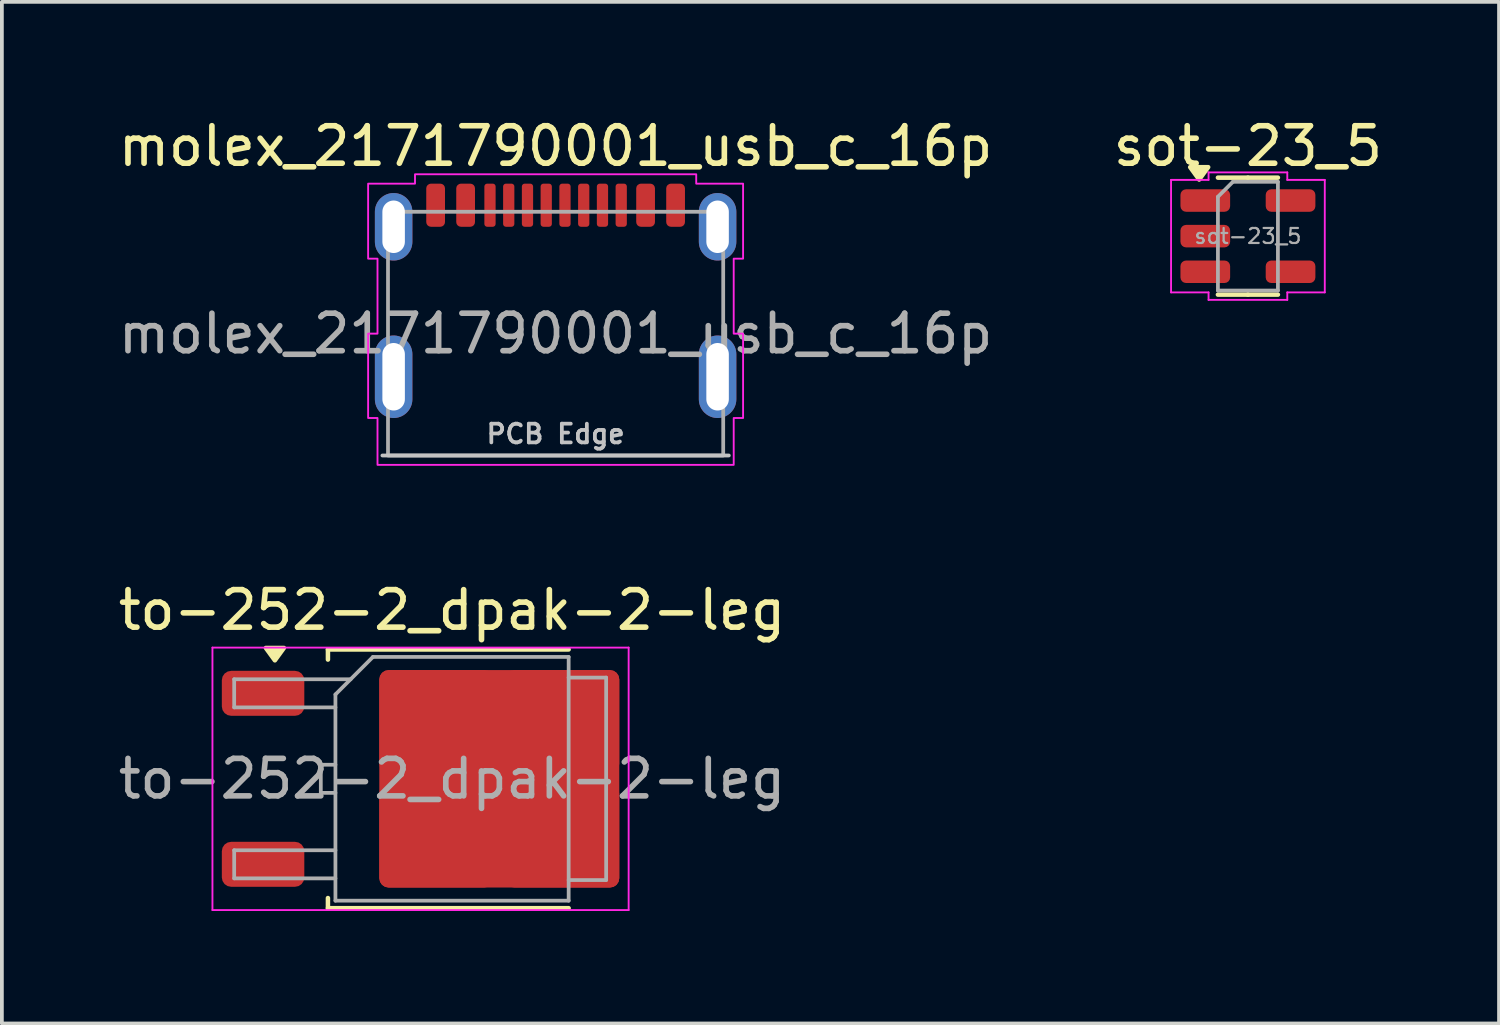
<source format=kicad_pcb>
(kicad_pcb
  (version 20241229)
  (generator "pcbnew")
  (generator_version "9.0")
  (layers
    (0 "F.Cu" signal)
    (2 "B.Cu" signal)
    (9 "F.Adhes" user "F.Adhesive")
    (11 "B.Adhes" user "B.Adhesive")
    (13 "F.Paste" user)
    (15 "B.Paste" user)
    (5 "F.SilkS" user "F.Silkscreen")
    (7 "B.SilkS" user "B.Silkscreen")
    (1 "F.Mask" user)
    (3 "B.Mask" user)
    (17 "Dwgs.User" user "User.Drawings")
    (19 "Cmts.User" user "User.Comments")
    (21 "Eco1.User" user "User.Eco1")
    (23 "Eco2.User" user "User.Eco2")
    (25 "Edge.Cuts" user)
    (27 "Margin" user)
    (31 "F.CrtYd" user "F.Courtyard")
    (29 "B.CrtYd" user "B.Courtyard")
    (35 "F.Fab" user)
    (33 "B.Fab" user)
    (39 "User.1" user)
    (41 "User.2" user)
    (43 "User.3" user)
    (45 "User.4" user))
  (footprint "molex_2171790001_usb_c_16p"
    (layer "F.Cu")
    (at 11.768 5.848)
    (property "Reference" "molex_2171790001_usb_c_16p" (at 0 -5 0) (unlocked yes) (layer "F.SilkS") (effects (font (size 1 1) (thickness 0.15))))
    (attr smd)
    (fp_line (start 4.62 3.25) (end -4.62 3.25) (stroke (width 0.1) (type solid)) (layer "Dwgs.User"))
    (fp_poly (pts (xy -3.75 -4) (xy -5 -4) (xy -5 -2) (xy -4.75 -2) (xy -4.75 0) (xy -5 0) (xy -5 2.25) (xy -4.75 2.25) (xy -4.75 3.5) (xy 4.75 3.5) (xy 4.75 2.25) (xy 5 2.25) (xy 5 0) (xy 4.75 0) (xy 4.75 -2) (xy 5 -2) (xy 5 -4) (xy 3.75 -4) (xy 3.75 -4.25) (xy -3.75 -4.25)) (stroke (width 0.05) (type solid)) (fill no) (layer "F.CrtYd"))
    (fp_rect (start -4.47 -3.25) (end 4.47 3.25) (stroke (width 0.1) (type solid)) (fill no) (layer "F.Fab"))
    (fp_text user "PCB Edge" (at 0 2.675 0) (unlocked yes) (layer "Dwgs.User") (effects (font (size 0.5 0.5) (thickness 0.1))))
    (fp_text user "${REFERENCE}" (at 0 0 0) (unlocked yes) (layer "F.Fab") (effects (font (size 1 1) (thickness 0.15))))
    (pad "A1/B12" smd roundrect (at -3.2 -3.425) (size 0.5 1.15) (layers "F.Cu" "F.Mask" "F.Paste") (roundrect_rratio 0.25))
    (pad "A4/B9" smd roundrect (at -2.4 -3.425) (size 0.5 1.15) (layers "F.Cu" "F.Mask" "F.Paste") (roundrect_rratio 0.25))
    (pad "A5" smd roundrect (at -1.25 -3.425) (size 0.3 1.15) (layers "F.Cu" "F.Mask" "F.Paste") (roundrect_rratio 0.25))
    (pad "A6" smd roundrect (at -0.25 -3.425) (size 0.3 1.15) (layers "F.Cu" "F.Mask" "F.Paste") (roundrect_rratio 0.25))
    (pad "A7" smd roundrect (at 0.25 -3.425) (size 0.3 1.15) (layers "F.Cu" "F.Mask" "F.Paste") (roundrect_rratio 0.25))
    (pad "A8" smd roundrect (at 1.25 -3.425) (size 0.3 1.15) (layers "F.Cu" "F.Mask" "F.Paste") (roundrect_rratio 0.25))
    (pad "B1/A12" smd roundrect (at 3.2 -3.425) (size 0.5 1.15) (layers "F.Cu" "F.Mask" "F.Paste") (roundrect_rratio 0.25))
    (pad "B4/A9" smd roundrect (at 2.4 -3.425) (size 0.5 1.15) (layers "F.Cu" "F.Mask" "F.Paste") (roundrect_rratio 0.25))
    (pad "B5" smd roundrect (at 1.75 -3.425) (size 0.3 1.15) (layers "F.Cu" "F.Mask" "F.Paste") (roundrect_rratio 0.25))
    (pad "B6" smd roundrect (at 0.75 -3.425) (size 0.3 1.15) (layers "F.Cu" "F.Mask" "F.Paste") (roundrect_rratio 0.25))
    (pad "B7" smd roundrect (at -0.75 -3.425) (size 0.3 1.15) (layers "F.Cu" "F.Mask" "F.Paste") (roundrect_rratio 0.25))
    (pad "B8" smd roundrect (at -1.75 -3.425) (size 0.3 1.15) (layers "F.Cu" "F.Mask" "F.Paste") (roundrect_rratio 0.25))
    (pad "S1" thru_hole oval (at -4.32 -2.85) (size 1 1.8) (drill oval 0.6 1.4) (layers "*.Cu" "*.Mask" "F.Paste"))
    (pad "S1" thru_hole oval (at -4.32 1.15) (size 1 2.2) (drill oval 0.6 1.8) (layers "*.Cu" "*.Mask" "F.Paste"))
    (pad "S1" thru_hole oval (at 4.32 -2.85) (size 1 1.8) (drill oval 0.6 1.4) (layers "*.Cu" "*.Mask" "F.Paste"))
    (pad "S1" thru_hole oval (at 4.32 1.15) (size 1 2.2) (drill oval 0.6 1.8) (layers "*.Cu" "*.Mask" "F.Paste")))
  (footprint "to-252-2_dpak-2-leg"
    (layer "F.Cu")
    (at 9.006 17.721)
    (property "Reference" "to-252-2_dpak-2-leg" (at 0 -4.5 0) (layer "F.SilkS") (effects (font (size 1 1) (thickness 0.15))))
    (attr smd)
    (fp_line (start -3.31 -3.45) (end -3.31 -3.18) (stroke (width 0.12) (type solid)) (layer "F.SilkS"))
    (fp_line (start -3.31 3.45) (end -3.31 3.18) (stroke (width 0.12) (type solid)) (layer "F.SilkS"))
    (fp_line (start 3.11 -3.45) (end -3.31 -3.45) (stroke (width 0.12) (type solid)) (layer "F.SilkS"))
    (fp_line (start 3.11 3.45) (end -3.31 3.45) (stroke (width 0.12) (type solid)) (layer "F.SilkS"))
    (fp_poly (pts (xy -4.725 -3.16) (xy -4.965 -3.49) (xy -4.485 -3.49) (xy -4.725 -3.16)) (stroke (width 0.12) (type solid)) (fill yes) (layer "F.SilkS"))
    (fp_line (start -6.39 -3.5) (end -6.39 3.5) (stroke (width 0.05) (type solid)) (layer "F.CrtYd"))
    (fp_line (start -6.39 3.5) (end 4.71 3.5) (stroke (width 0.05) (type solid)) (layer "F.CrtYd"))
    (fp_line (start 4.71 -3.5) (end -6.39 -3.5) (stroke (width 0.05) (type solid)) (layer "F.CrtYd"))
    (fp_line (start 4.71 3.5) (end 4.71 -3.5) (stroke (width 0.05) (type solid)) (layer "F.CrtYd"))
    (fp_line (start -5.81 -2.655) (end -5.81 -1.905) (stroke (width 0.1) (type solid)) (layer "F.Fab"))
    (fp_line (start -5.81 -1.905) (end -3.11 -1.905) (stroke (width 0.1) (type solid)) (layer "F.Fab"))
    (fp_line (start -5.81 1.905) (end -5.81 2.655) (stroke (width 0.1) (type solid)) (layer "F.Fab"))
    (fp_line (start -5.81 2.655) (end -3.11 2.655) (stroke (width 0.1) (type solid)) (layer "F.Fab"))
    (fp_line (start -3.5 -0.375) (end -3.5 0.375) (stroke (width 0.1) (type solid)) (layer "F.Fab"))
    (fp_line (start -3.5 0.375) (end -3.11 0.375) (stroke (width 0.1) (type solid)) (layer "F.Fab"))
    (fp_line (start -3.11 -2.25) (end -2.11 -3.25) (stroke (width 0.1) (type solid)) (layer "F.Fab"))
    (fp_line (start -3.11 -0.375) (end -3.5 -0.375) (stroke (width 0.1) (type solid)) (layer "F.Fab"))
    (fp_line (start -3.11 1.905) (end -5.81 1.905) (stroke (width 0.1) (type solid)) (layer "F.Fab"))
    (fp_line (start -3.11 3.25) (end -3.11 -2.25) (stroke (width 0.1) (type solid)) (layer "F.Fab"))
    (fp_line (start -2.705 -2.655) (end -5.81 -2.655) (stroke (width 0.1) (type solid)) (layer "F.Fab"))
    (fp_line (start -2.11 -3.25) (end 3.11 -3.25) (stroke (width 0.1) (type solid)) (layer "F.Fab"))
    (fp_line (start 3.11 -3.25) (end 3.11 3.25) (stroke (width 0.1) (type solid)) (layer "F.Fab"))
    (fp_line (start 3.11 -2.7) (end 4.11 -2.7) (stroke (width 0.1) (type solid)) (layer "F.Fab"))
    (fp_line (start 3.11 3.25) (end -3.11 3.25) (stroke (width 0.1) (type solid)) (layer "F.Fab"))
    (fp_line (start 4.11 -2.7) (end 4.11 2.7) (stroke (width 0.1) (type solid)) (layer "F.Fab"))
    (fp_line (start 4.11 2.7) (end 3.11 2.7) (stroke (width 0.1) (type solid)) (layer "F.Fab"))
    (fp_text user "${REFERENCE}" (at 0 0 0) (layer "F.Fab") (effects (font (size 1 1) (thickness 0.15))))
    (pad "1" smd roundrect (at -5.04 -2.28) (size 2.2 1.2) (layers "F.Cu" "F.Mask" "F.Paste") (roundrect_rratio 0.208))
    (pad "2" smd roundrect (at -0.415 -1.525) (size 3.05 2.75) (layers "F.Cu" "F.Paste") (roundrect_rratio 0.091))
    (pad "2" smd roundrect (at -0.415 1.525) (size 3.05 2.75) (layers "F.Cu" "F.Paste") (roundrect_rratio 0.091))
    (pad "2" smd roundrect (at 1.26 0) (size 6.4 5.8) (layers "F.Cu" "F.Mask") (roundrect_rratio 0.043))
    (pad "2" smd roundrect (at 2.935 -1.525) (size 3.05 2.75) (layers "F.Cu" "F.Paste") (roundrect_rratio 0.091))
    (pad "2" smd roundrect (at 2.935 1.525) (size 3.05 2.75) (layers "F.Cu" "F.Paste") (roundrect_rratio 0.091))
    (pad "3" smd roundrect (at -5.04 2.28) (size 2.2 1.2) (layers "F.Cu" "F.Mask" "F.Paste") (roundrect_rratio 0.208)))
  (footprint "sot-23_5"
    (layer "F.Cu")
    (at 30.232 3.248)
    (property "Reference" "sot-23_5" (at 0 -2.4 0) (layer "F.SilkS") (effects (font (size 1 1) (thickness 0.15))))
    (attr smd)
    (fp_line (start 0 -1.56) (end -0.8 -1.56) (stroke (width 0.12) (type solid)) (layer "F.SilkS"))
    (fp_line (start 0 -1.56) (end 0.8 -1.56) (stroke (width 0.12) (type solid)) (layer "F.SilkS"))
    (fp_line (start 0 1.56) (end -0.8 1.56) (stroke (width 0.12) (type solid)) (layer "F.SilkS"))
    (fp_line (start 0 1.56) (end 0.8 1.56) (stroke (width 0.12) (type solid)) (layer "F.SilkS"))
    (fp_poly (pts (xy -1.3 -1.51) (xy -1.54 -1.84) (xy -1.06 -1.84)) (stroke (width 0.12) (type solid)) (fill yes) (layer "F.SilkS"))
    (fp_line (start -2.05 -1.5) (end -1.05 -1.5) (stroke (width 0.05) (type solid)) (layer "F.CrtYd"))
    (fp_line (start -2.05 1.5) (end -2.05 -1.5) (stroke (width 0.05) (type solid)) (layer "F.CrtYd"))
    (fp_line (start -1.05 -1.7) (end 1.05 -1.7) (stroke (width 0.05) (type solid)) (layer "F.CrtYd"))
    (fp_line (start -1.05 -1.5) (end -1.05 -1.7) (stroke (width 0.05) (type solid)) (layer "F.CrtYd"))
    (fp_line (start -1.05 1.5) (end -2.05 1.5) (stroke (width 0.05) (type solid)) (layer "F.CrtYd"))
    (fp_line (start -1.05 1.7) (end -1.05 1.5) (stroke (width 0.05) (type solid)) (layer "F.CrtYd"))
    (fp_line (start 1.05 -1.7) (end 1.05 -1.5) (stroke (width 0.05) (type solid)) (layer "F.CrtYd"))
    (fp_line (start 1.05 -1.5) (end 2.05 -1.5) (stroke (width 0.05) (type solid)) (layer "F.CrtYd"))
    (fp_line (start 1.05 1.5) (end 1.05 1.7) (stroke (width 0.05) (type solid)) (layer "F.CrtYd"))
    (fp_line (start 1.05 1.7) (end -1.05 1.7) (stroke (width 0.05) (type solid)) (layer "F.CrtYd"))
    (fp_line (start 2.05 -1.5) (end 2.05 1.5) (stroke (width 0.05) (type solid)) (layer "F.CrtYd"))
    (fp_line (start 2.05 1.5) (end 1.05 1.5) (stroke (width 0.05) (type solid)) (layer "F.CrtYd"))
    (fp_line (start -0.8 -1.05) (end -0.4 -1.45) (stroke (width 0.1) (type solid)) (layer "F.Fab"))
    (fp_line (start -0.8 1.45) (end -0.8 -1.05) (stroke (width 0.1) (type solid)) (layer "F.Fab"))
    (fp_line (start -0.4 -1.45) (end 0.8 -1.45) (stroke (width 0.1) (type solid)) (layer "F.Fab"))
    (fp_line (start 0.8 -1.45) (end 0.8 1.45) (stroke (width 0.1) (type solid)) (layer "F.Fab"))
    (fp_line (start 0.8 1.45) (end -0.8 1.45) (stroke (width 0.1) (type solid)) (layer "F.Fab"))
    (fp_text user "${REFERENCE}" (at 0 0 0) (layer "F.Fab") (effects (font (size 0.4 0.4) (thickness 0.06))))
    (pad "1" smd roundrect (at -1.137 -0.95) (size 1.325 0.6) (layers "F.Cu" "F.Mask" "F.Paste") (roundrect_rratio 0.25))
    (pad "2" smd roundrect (at -1.137 0) (size 1.325 0.6) (layers "F.Cu" "F.Mask" "F.Paste") (roundrect_rratio 0.25))
    (pad "3" smd roundrect (at -1.137 0.95) (size 1.325 0.6) (layers "F.Cu" "F.Mask" "F.Paste") (roundrect_rratio 0.25))
    (pad "4" smd roundrect (at 1.137 0.95) (size 1.325 0.6) (layers "F.Cu" "F.Mask" "F.Paste") (roundrect_rratio 0.25))
    (pad "5" smd roundrect (at 1.137 -0.95) (size 1.325 0.6) (layers "F.Cu" "F.Mask" "F.Paste") (roundrect_rratio 0.25)))
  (gr_rect
    (start -3 -3)
    (end 36.929 24.247)
    (stroke (width 0.1) (type default))
    (fill no)
    (layer "Edge.Cuts")))
</source>
